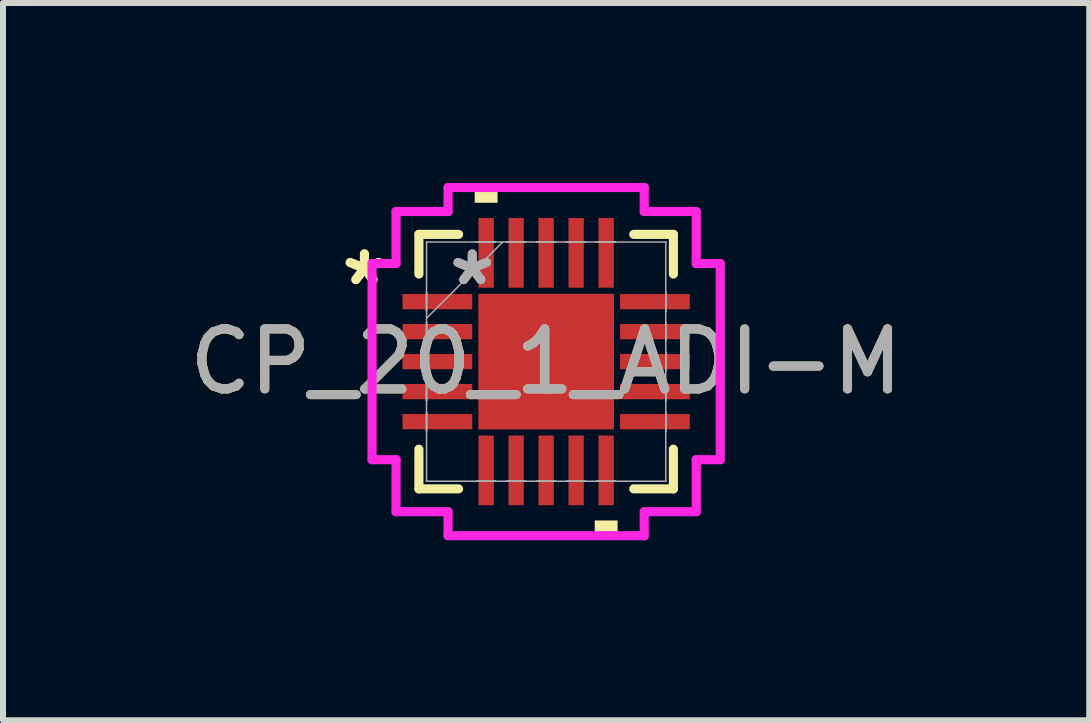
<source format=kicad_pcb>
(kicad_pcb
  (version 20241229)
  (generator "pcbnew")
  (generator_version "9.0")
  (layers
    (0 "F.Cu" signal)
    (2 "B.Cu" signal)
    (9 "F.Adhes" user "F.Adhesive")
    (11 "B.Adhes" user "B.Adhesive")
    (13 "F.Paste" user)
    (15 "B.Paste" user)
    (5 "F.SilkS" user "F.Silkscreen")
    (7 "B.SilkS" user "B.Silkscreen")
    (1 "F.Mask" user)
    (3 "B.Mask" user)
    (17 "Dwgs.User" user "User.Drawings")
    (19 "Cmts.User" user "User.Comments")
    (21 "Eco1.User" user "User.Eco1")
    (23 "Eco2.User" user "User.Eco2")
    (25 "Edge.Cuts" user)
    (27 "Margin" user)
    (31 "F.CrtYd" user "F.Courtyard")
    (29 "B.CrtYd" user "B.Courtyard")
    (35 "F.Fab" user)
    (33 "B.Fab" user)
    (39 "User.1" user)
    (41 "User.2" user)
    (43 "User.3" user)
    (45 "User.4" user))
  (footprint "CP_20_1_ADI-M"
    (layer "F.Cu")
    (at 6.054 2.978)
    (property "Reference" "CP_20_1_ADI-M" (at 0 0 0) (unlocked yes) (layer "F.SilkS") (effects (font (size 1 1) (thickness 0.15))))
    (attr smd)
    (fp_line (start -2.121 -2.121) (end -2.121 -1.46) (stroke (width 0.152) (type solid)) (layer "F.SilkS"))
    (fp_line (start -2.121 1.46) (end -2.121 2.121) (stroke (width 0.152) (type solid)) (layer "F.SilkS"))
    (fp_line (start -2.121 2.121) (end -1.46 2.121) (stroke (width 0.152) (type solid)) (layer "F.SilkS"))
    (fp_line (start -1.46 -2.121) (end -2.121 -2.121) (stroke (width 0.152) (type solid)) (layer "F.SilkS"))
    (fp_line (start 1.46 2.121) (end 2.121 2.121) (stroke (width 0.152) (type solid)) (layer "F.SilkS"))
    (fp_line (start 2.121 -2.121) (end 1.46 -2.121) (stroke (width 0.152) (type solid)) (layer "F.SilkS"))
    (fp_line (start 2.121 -1.46) (end 2.121 -2.121) (stroke (width 0.152) (type solid)) (layer "F.SilkS"))
    (fp_line (start 2.121 2.121) (end 2.121 1.46) (stroke (width 0.152) (type solid)) (layer "F.SilkS"))
    (fp_poly (pts (xy -1.191 -2.648) (xy -1.191 -2.902) (xy -0.81 -2.902) (xy -0.81 -2.648)) (stroke (width 0) (type solid)) (fill yes) (layer "F.SilkS"))
    (fp_poly (pts (xy 0.81 2.648) (xy 0.81 2.902) (xy 1.191 2.902) (xy 1.191 2.648)) (stroke (width 0) (type solid)) (fill yes) (layer "F.SilkS"))
    (fp_line (start -2.902 -1.635) (end -2.502 -1.635) (stroke (width 0.152) (type solid)) (layer "F.CrtYd"))
    (fp_line (start -2.902 1.635) (end -2.902 -1.635) (stroke (width 0.152) (type solid)) (layer "F.CrtYd"))
    (fp_line (start -2.502 -2.502) (end -1.635 -2.502) (stroke (width 0.152) (type solid)) (layer "F.CrtYd"))
    (fp_line (start -2.502 -1.635) (end -2.502 -2.502) (stroke (width 0.152) (type solid)) (layer "F.CrtYd"))
    (fp_line (start -2.502 1.635) (end -2.902 1.635) (stroke (width 0.152) (type solid)) (layer "F.CrtYd"))
    (fp_line (start -2.502 2.502) (end -2.502 1.635) (stroke (width 0.152) (type solid)) (layer "F.CrtYd"))
    (fp_line (start -1.635 -2.902) (end 1.635 -2.902) (stroke (width 0.152) (type solid)) (layer "F.CrtYd"))
    (fp_line (start -1.635 -2.502) (end -1.635 -2.902) (stroke (width 0.152) (type solid)) (layer "F.CrtYd"))
    (fp_line (start -1.635 2.502) (end -2.502 2.502) (stroke (width 0.152) (type solid)) (layer "F.CrtYd"))
    (fp_line (start -1.635 2.902) (end -1.635 2.502) (stroke (width 0.152) (type solid)) (layer "F.CrtYd"))
    (fp_line (start 1.635 -2.902) (end 1.635 -2.502) (stroke (width 0.152) (type solid)) (layer "F.CrtYd"))
    (fp_line (start 1.635 -2.502) (end 2.502 -2.502) (stroke (width 0.152) (type solid)) (layer "F.CrtYd"))
    (fp_line (start 1.635 2.502) (end 1.635 2.902) (stroke (width 0.152) (type solid)) (layer "F.CrtYd"))
    (fp_line (start 1.635 2.902) (end -1.635 2.902) (stroke (width 0.152) (type solid)) (layer "F.CrtYd"))
    (fp_line (start 2.502 -2.502) (end 2.502 -1.635) (stroke (width 0.152) (type solid)) (layer "F.CrtYd"))
    (fp_line (start 2.502 -1.635) (end 2.902 -1.635) (stroke (width 0.152) (type solid)) (layer "F.CrtYd"))
    (fp_line (start 2.502 1.635) (end 2.502 2.502) (stroke (width 0.152) (type solid)) (layer "F.CrtYd"))
    (fp_line (start 2.502 2.502) (end 1.635 2.502) (stroke (width 0.152) (type solid)) (layer "F.CrtYd"))
    (fp_line (start 2.902 -1.635) (end 2.902 1.635) (stroke (width 0.152) (type solid)) (layer "F.CrtYd"))
    (fp_line (start 2.902 1.635) (end 2.502 1.635) (stroke (width 0.152) (type solid)) (layer "F.CrtYd"))
    (fp_line (start -1.994 -1.994) (end -1.994 -1.994) (stroke (width 0.025) (type solid)) (layer "F.Fab"))
    (fp_line (start -1.994 -1.994) (end -1.994 1.994) (stroke (width 0.025) (type solid)) (layer "F.Fab"))
    (fp_line (start -1.994 -1.152) (end -1.994 -1.152) (stroke (width 0.025) (type solid)) (layer "F.Fab"))
    (fp_line (start -1.994 -1.152) (end -1.994 -0.848) (stroke (width 0.025) (type solid)) (layer "F.Fab"))
    (fp_line (start -1.994 -0.848) (end -1.994 -1.152) (stroke (width 0.025) (type solid)) (layer "F.Fab"))
    (fp_line (start -1.994 -0.848) (end -1.994 -0.848) (stroke (width 0.025) (type solid)) (layer "F.Fab"))
    (fp_line (start -1.994 -0.724) (end -0.724 -1.994) (stroke (width 0.025) (type solid)) (layer "F.Fab"))
    (fp_line (start -1.994 -0.652) (end -1.994 -0.652) (stroke (width 0.025) (type solid)) (layer "F.Fab"))
    (fp_line (start -1.994 -0.652) (end -1.994 -0.348) (stroke (width 0.025) (type solid)) (layer "F.Fab"))
    (fp_line (start -1.994 -0.348) (end -1.994 -0.652) (stroke (width 0.025) (type solid)) (layer "F.Fab"))
    (fp_line (start -1.994 -0.348) (end -1.994 -0.348) (stroke (width 0.025) (type solid)) (layer "F.Fab"))
    (fp_line (start -1.994 -0.152) (end -1.994 -0.152) (stroke (width 0.025) (type solid)) (layer "F.Fab"))
    (fp_line (start -1.994 -0.152) (end -1.994 0.152) (stroke (width 0.025) (type solid)) (layer "F.Fab"))
    (fp_line (start -1.994 0.152) (end -1.994 -0.152) (stroke (width 0.025) (type solid)) (layer "F.Fab"))
    (fp_line (start -1.994 0.152) (end -1.994 0.152) (stroke (width 0.025) (type solid)) (layer "F.Fab"))
    (fp_line (start -1.994 0.348) (end -1.994 0.348) (stroke (width 0.025) (type solid)) (layer "F.Fab"))
    (fp_line (start -1.994 0.348) (end -1.994 0.652) (stroke (width 0.025) (type solid)) (layer "F.Fab"))
    (fp_line (start -1.994 0.652) (end -1.994 0.348) (stroke (width 0.025) (type solid)) (layer "F.Fab"))
    (fp_line (start -1.994 0.652) (end -1.994 0.652) (stroke (width 0.025) (type solid)) (layer "F.Fab"))
    (fp_line (start -1.994 0.848) (end -1.994 0.848) (stroke (width 0.025) (type solid)) (layer "F.Fab"))
    (fp_line (start -1.994 0.848) (end -1.994 1.152) (stroke (width 0.025) (type solid)) (layer "F.Fab"))
    (fp_line (start -1.994 1.152) (end -1.994 0.848) (stroke (width 0.025) (type solid)) (layer "F.Fab"))
    (fp_line (start -1.994 1.152) (end -1.994 1.152) (stroke (width 0.025) (type solid)) (layer "F.Fab"))
    (fp_line (start -1.994 1.994) (end -1.994 1.994) (stroke (width 0.025) (type solid)) (layer "F.Fab"))
    (fp_line (start -1.994 1.994) (end 1.994 1.994) (stroke (width 0.025) (type solid)) (layer "F.Fab"))
    (fp_line (start -1.152 -1.994) (end -1.152 -1.994) (stroke (width 0.025) (type solid)) (layer "F.Fab"))
    (fp_line (start -1.152 -1.994) (end -0.848 -1.994) (stroke (width 0.025) (type solid)) (layer "F.Fab"))
    (fp_line (start -1.152 1.994) (end -1.152 1.994) (stroke (width 0.025) (type solid)) (layer "F.Fab"))
    (fp_line (start -1.152 1.994) (end -0.848 1.994) (stroke (width 0.025) (type solid)) (layer "F.Fab"))
    (fp_line (start -0.848 -1.994) (end -1.152 -1.994) (stroke (width 0.025) (type solid)) (layer "F.Fab"))
    (fp_line (start -0.848 -1.994) (end -0.848 -1.994) (stroke (width 0.025) (type solid)) (layer "F.Fab"))
    (fp_line (start -0.848 1.994) (end -1.152 1.994) (stroke (width 0.025) (type solid)) (layer "F.Fab"))
    (fp_line (start -0.848 1.994) (end -0.848 1.994) (stroke (width 0.025) (type solid)) (layer "F.Fab"))
    (fp_line (start -0.652 -1.994) (end -0.652 -1.994) (stroke (width 0.025) (type solid)) (layer "F.Fab"))
    (fp_line (start -0.652 -1.994) (end -0.348 -1.994) (stroke (width 0.025) (type solid)) (layer "F.Fab"))
    (fp_line (start -0.652 1.994) (end -0.652 1.994) (stroke (width 0.025) (type solid)) (layer "F.Fab"))
    (fp_line (start -0.652 1.994) (end -0.348 1.994) (stroke (width 0.025) (type solid)) (layer "F.Fab"))
    (fp_line (start -0.348 -1.994) (end -0.652 -1.994) (stroke (width 0.025) (type solid)) (layer "F.Fab"))
    (fp_line (start -0.348 -1.994) (end -0.348 -1.994) (stroke (width 0.025) (type solid)) (layer "F.Fab"))
    (fp_line (start -0.348 1.994) (end -0.652 1.994) (stroke (width 0.025) (type solid)) (layer "F.Fab"))
    (fp_line (start -0.348 1.994) (end -0.348 1.994) (stroke (width 0.025) (type solid)) (layer "F.Fab"))
    (fp_line (start -0.152 -1.994) (end -0.152 -1.994) (stroke (width 0.025) (type solid)) (layer "F.Fab"))
    (fp_line (start -0.152 -1.994) (end 0.152 -1.994) (stroke (width 0.025) (type solid)) (layer "F.Fab"))
    (fp_line (start -0.152 1.994) (end -0.152 1.994) (stroke (width 0.025) (type solid)) (layer "F.Fab"))
    (fp_line (start -0.152 1.994) (end 0.152 1.994) (stroke (width 0.025) (type solid)) (layer "F.Fab"))
    (fp_line (start 0.152 -1.994) (end -0.152 -1.994) (stroke (width 0.025) (type solid)) (layer "F.Fab"))
    (fp_line (start 0.152 -1.994) (end 0.152 -1.994) (stroke (width 0.025) (type solid)) (layer "F.Fab"))
    (fp_line (start 0.152 1.994) (end -0.152 1.994) (stroke (width 0.025) (type solid)) (layer "F.Fab"))
    (fp_line (start 0.152 1.994) (end 0.152 1.994) (stroke (width 0.025) (type solid)) (layer "F.Fab"))
    (fp_line (start 0.348 -1.994) (end 0.348 -1.994) (stroke (width 0.025) (type solid)) (layer "F.Fab"))
    (fp_line (start 0.348 -1.994) (end 0.652 -1.994) (stroke (width 0.025) (type solid)) (layer "F.Fab"))
    (fp_line (start 0.348 1.994) (end 0.348 1.994) (stroke (width 0.025) (type solid)) (layer "F.Fab"))
    (fp_line (start 0.348 1.994) (end 0.652 1.994) (stroke (width 0.025) (type solid)) (layer "F.Fab"))
    (fp_line (start 0.652 -1.994) (end 0.348 -1.994) (stroke (width 0.025) (type solid)) (layer "F.Fab"))
    (fp_line (start 0.652 -1.994) (end 0.652 -1.994) (stroke (width 0.025) (type solid)) (layer "F.Fab"))
    (fp_line (start 0.652 1.994) (end 0.348 1.994) (stroke (width 0.025) (type solid)) (layer "F.Fab"))
    (fp_line (start 0.652 1.994) (end 0.652 1.994) (stroke (width 0.025) (type solid)) (layer "F.Fab"))
    (fp_line (start 0.848 -1.994) (end 0.848 -1.994) (stroke (width 0.025) (type solid)) (layer "F.Fab"))
    (fp_line (start 0.848 -1.994) (end 1.152 -1.994) (stroke (width 0.025) (type solid)) (layer "F.Fab"))
    (fp_line (start 0.848 1.994) (end 0.848 1.994) (stroke (width 0.025) (type solid)) (layer "F.Fab"))
    (fp_line (start 0.848 1.994) (end 1.152 1.994) (stroke (width 0.025) (type solid)) (layer "F.Fab"))
    (fp_line (start 1.152 -1.994) (end 0.848 -1.994) (stroke (width 0.025) (type solid)) (layer "F.Fab"))
    (fp_line (start 1.152 -1.994) (end 1.152 -1.994) (stroke (width 0.025) (type solid)) (layer "F.Fab"))
    (fp_line (start 1.152 1.994) (end 0.848 1.994) (stroke (width 0.025) (type solid)) (layer "F.Fab"))
    (fp_line (start 1.152 1.994) (end 1.152 1.994) (stroke (width 0.025) (type solid)) (layer "F.Fab"))
    (fp_line (start 1.994 -1.994) (end -1.994 -1.994) (stroke (width 0.025) (type solid)) (layer "F.Fab"))
    (fp_line (start 1.994 -1.994) (end 1.994 -1.994) (stroke (width 0.025) (type solid)) (layer "F.Fab"))
    (fp_line (start 1.994 -1.152) (end 1.994 -1.152) (stroke (width 0.025) (type solid)) (layer "F.Fab"))
    (fp_line (start 1.994 -1.152) (end 1.994 -0.848) (stroke (width 0.025) (type solid)) (layer "F.Fab"))
    (fp_line (start 1.994 -0.848) (end 1.994 -1.152) (stroke (width 0.025) (type solid)) (layer "F.Fab"))
    (fp_line (start 1.994 -0.848) (end 1.994 -0.848) (stroke (width 0.025) (type solid)) (layer "F.Fab"))
    (fp_line (start 1.994 -0.652) (end 1.994 -0.652) (stroke (width 0.025) (type solid)) (layer "F.Fab"))
    (fp_line (start 1.994 -0.652) (end 1.994 -0.348) (stroke (width 0.025) (type solid)) (layer "F.Fab"))
    (fp_line (start 1.994 -0.348) (end 1.994 -0.652) (stroke (width 0.025) (type solid)) (layer "F.Fab"))
    (fp_line (start 1.994 -0.348) (end 1.994 -0.348) (stroke (width 0.025) (type solid)) (layer "F.Fab"))
    (fp_line (start 1.994 -0.152) (end 1.994 -0.152) (stroke (width 0.025) (type solid)) (layer "F.Fab"))
    (fp_line (start 1.994 -0.152) (end 1.994 0.152) (stroke (width 0.025) (type solid)) (layer "F.Fab"))
    (fp_line (start 1.994 0.152) (end 1.994 -0.152) (stroke (width 0.025) (type solid)) (layer "F.Fab"))
    (fp_line (start 1.994 0.152) (end 1.994 0.152) (stroke (width 0.025) (type solid)) (layer "F.Fab"))
    (fp_line (start 1.994 0.348) (end 1.994 0.348) (stroke (width 0.025) (type solid)) (layer "F.Fab"))
    (fp_line (start 1.994 0.348) (end 1.994 0.652) (stroke (width 0.025) (type solid)) (layer "F.Fab"))
    (fp_line (start 1.994 0.652) (end 1.994 0.348) (stroke (width 0.025) (type solid)) (layer "F.Fab"))
    (fp_line (start 1.994 0.652) (end 1.994 0.652) (stroke (width 0.025) (type solid)) (layer "F.Fab"))
    (fp_line (start 1.994 0.848) (end 1.994 0.848) (stroke (width 0.025) (type solid)) (layer "F.Fab"))
    (fp_line (start 1.994 0.848) (end 1.994 1.152) (stroke (width 0.025) (type solid)) (layer "F.Fab"))
    (fp_line (start 1.994 1.152) (end 1.994 0.848) (stroke (width 0.025) (type solid)) (layer "F.Fab"))
    (fp_line (start 1.994 1.152) (end 1.994 1.152) (stroke (width 0.025) (type solid)) (layer "F.Fab"))
    (fp_line (start 1.994 1.994) (end 1.994 -1.994) (stroke (width 0.025) (type solid)) (layer "F.Fab"))
    (fp_line (start 1.994 1.994) (end 1.994 1.994) (stroke (width 0.025) (type solid)) (layer "F.Fab"))
    (fp_text user "*" (at -3.029 -1.25 0) (unlocked yes) (layer "F.SilkS") (effects (font (size 1 1) (thickness 0.15))))
    (fp_text user "*" (at -3.029 -1.25 0) (layer "F.SilkS") (effects (font (size 1 1) (thickness 0.15))))
    (fp_text user "${REFERENCE}" (at 0 0 0) (unlocked yes) (layer "F.Fab") (effects (font (size 1 1) (thickness 0.15))))
    (fp_text user "*" (at -1.232 -1.25 0) (layer "F.Fab") (effects (font (size 1 1) (thickness 0.15))))
    (fp_text user "*" (at -1.232 -1.25 0) (unlocked yes) (layer "F.Fab") (effects (font (size 1 1) (thickness 0.15))))
    (pad "1" smd rect (at -1.813 -1 90) (size 0.255 1.162) (layers "F.Cu" "F.Mask" "F.Paste"))
    (pad "2" smd rect (at -1.813 -0.5 90) (size 0.255 1.162) (layers "F.Cu" "F.Mask" "F.Paste"))
    (pad "3" smd rect (at -1.813 0 90) (size 0.255 1.162) (layers "F.Cu" "F.Mask" "F.Paste"))
    (pad "4" smd rect (at -1.813 0.5 90) (size 0.255 1.162) (layers "F.Cu" "F.Mask" "F.Paste"))
    (pad "5" smd rect (at -1.813 1 90) (size 0.255 1.162) (layers "F.Cu" "F.Mask" "F.Paste"))
    (pad "6" smd rect (at -1 1.813) (size 0.255 1.162) (layers "F.Cu" "F.Mask" "F.Paste"))
    (pad "7" smd rect (at -0.5 1.813) (size 0.255 1.162) (layers "F.Cu" "F.Mask" "F.Paste"))
    (pad "8" smd rect (at 0 1.813) (size 0.255 1.162) (layers "F.Cu" "F.Mask" "F.Paste"))
    (pad "9" smd rect (at 0.5 1.813) (size 0.255 1.162) (layers "F.Cu" "F.Mask" "F.Paste"))
    (pad "10" smd rect (at 1 1.813) (size 0.255 1.162) (layers "F.Cu" "F.Mask" "F.Paste"))
    (pad "11" smd rect (at 1.813 1 90) (size 0.255 1.162) (layers "F.Cu" "F.Mask" "F.Paste"))
    (pad "12" smd rect (at 1.813 0.5 90) (size 0.255 1.162) (layers "F.Cu" "F.Mask" "F.Paste"))
    (pad "13" smd rect (at 1.813 0 90) (size 0.255 1.162) (layers "F.Cu" "F.Mask" "F.Paste"))
    (pad "14" smd rect (at 1.813 -0.5 90) (size 0.255 1.162) (layers "F.Cu" "F.Mask" "F.Paste"))
    (pad "15" smd rect (at 1.813 -1 90) (size 0.255 1.162) (layers "F.Cu" "F.Mask" "F.Paste"))
    (pad "16" smd rect (at 1 -1.813) (size 0.255 1.162) (layers "F.Cu" "F.Mask" "F.Paste"))
    (pad "17" smd rect (at 0.5 -1.813) (size 0.255 1.162) (layers "F.Cu" "F.Mask" "F.Paste"))
    (pad "18" smd rect (at 0 -1.813) (size 0.255 1.162) (layers "F.Cu" "F.Mask" "F.Paste"))
    (pad "19" smd rect (at -0.5 -1.813) (size 0.255 1.162) (layers "F.Cu" "F.Mask" "F.Paste"))
    (pad "20" smd rect (at -1 -1.813) (size 0.255 1.162) (layers "F.Cu" "F.Mask" "F.Paste"))
    (pad "21" smd rect (at 0 0) (size 2.261 2.261) (layers "F.Cu" "F.Mask" "F.Paste")))
  (gr_rect
    (start -3 -3)
    (end 15.107 8.956)
    (stroke (width 0.1) (type default))
    (fill no)
    (layer "Edge.Cuts")))
</source>
